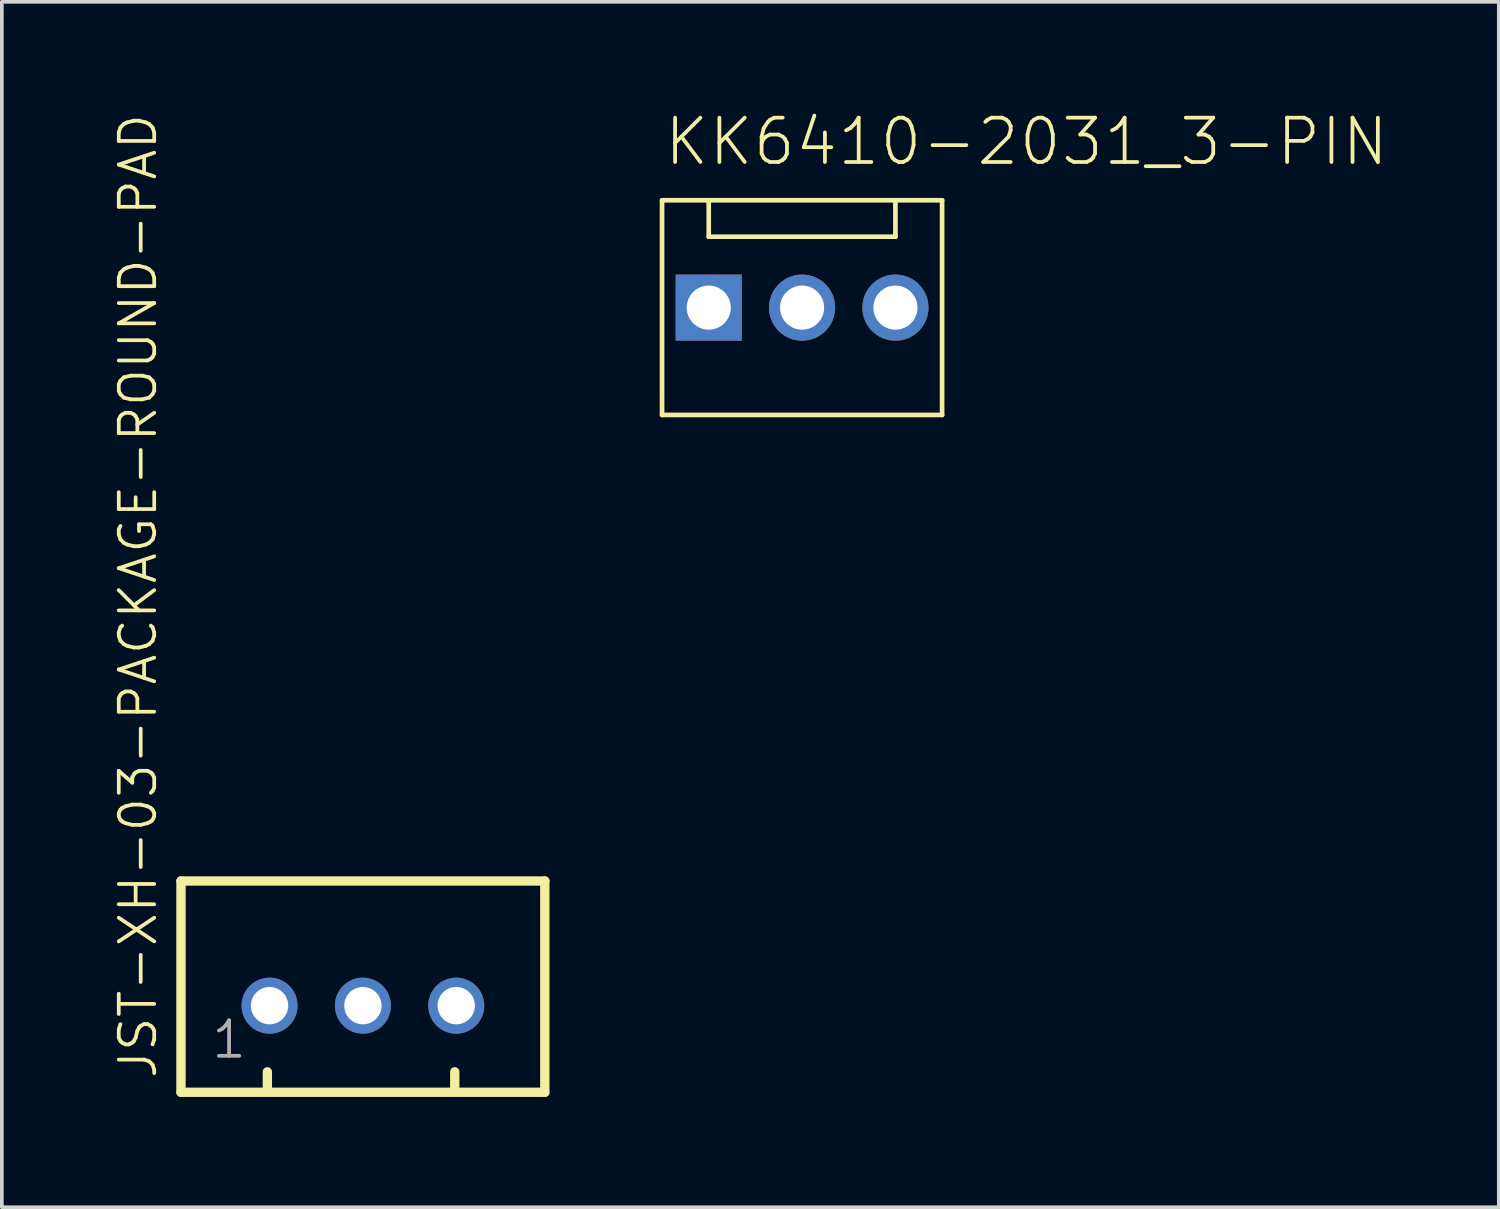
<source format=kicad_pcb>
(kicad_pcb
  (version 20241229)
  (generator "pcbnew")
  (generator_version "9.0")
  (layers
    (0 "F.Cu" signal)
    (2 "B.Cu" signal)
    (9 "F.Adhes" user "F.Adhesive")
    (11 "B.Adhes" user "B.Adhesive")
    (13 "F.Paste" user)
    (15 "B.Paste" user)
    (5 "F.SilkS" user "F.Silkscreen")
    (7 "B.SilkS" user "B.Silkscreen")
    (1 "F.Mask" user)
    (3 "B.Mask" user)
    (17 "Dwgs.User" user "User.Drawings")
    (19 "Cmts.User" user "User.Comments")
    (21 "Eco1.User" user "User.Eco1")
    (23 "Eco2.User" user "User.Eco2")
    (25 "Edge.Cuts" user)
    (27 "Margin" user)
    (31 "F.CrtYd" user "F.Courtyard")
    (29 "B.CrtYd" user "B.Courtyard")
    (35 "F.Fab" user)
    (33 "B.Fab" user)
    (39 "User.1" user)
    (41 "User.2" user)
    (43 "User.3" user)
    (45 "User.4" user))
  (footprint "KK6410-2031_3-PIN"
    (layer "F.Cu")
    (at 18.776 5.321)
    (property "Reference" "KK6410-2031_3-PIN" (at -3.81 -3.81 0) (layer "F.SilkS") (effects (font (size 1.206 1.206) (thickness 0.102)) (justify left bottom)))
    (attr through_hole)
    (fp_line (start -3.81 -2.921) (end -2.54 -2.921) (stroke (width 0.127) (type solid)) (layer "F.SilkS"))
    (fp_line (start -3.81 2.921) (end -3.81 -2.921) (stroke (width 0.127) (type solid)) (layer "F.SilkS"))
    (fp_line (start -2.54 -2.921) (end -2.54 -1.93) (stroke (width 0.127) (type solid)) (layer "F.SilkS"))
    (fp_line (start -2.54 -2.921) (end 2.54 -2.921) (stroke (width 0.127) (type solid)) (layer "F.SilkS"))
    (fp_line (start -2.54 -1.93) (end 2.54 -1.93) (stroke (width 0.127) (type solid)) (layer "F.SilkS"))
    (fp_line (start 2.54 -2.921) (end 3.81 -2.921) (stroke (width 0.127) (type solid)) (layer "F.SilkS"))
    (fp_line (start 2.54 -1.93) (end 2.54 -2.921) (stroke (width 0.127) (type solid)) (layer "F.SilkS"))
    (fp_line (start 3.81 -2.921) (end 3.81 2.921) (stroke (width 0.127) (type solid)) (layer "F.SilkS"))
    (fp_line (start 3.81 2.921) (end -3.81 2.921) (stroke (width 0.127) (type solid)) (layer "F.SilkS"))
    (pad "1" thru_hole rect (at -2.54 0) (size 1.8 1.8) (drill 1.2) (layers "*.Cu" "*.Mask"))
    (pad "2" thru_hole circle (at 0 0) (size 1.8 1.8) (drill 1.2) (layers "*.Cu" "*.Mask"))
    (pad "3" thru_hole circle (at 2.54 0) (size 1.8 1.8) (drill 1.2) (layers "*.Cu" "*.Mask")))
  (footprint "JST-XH-03-PACKAGE-ROUND-PAD"
    (layer "F.Cu")
    (at 6.825 24.316)
    (property "Reference" "JST-XH-03-PACKAGE-ROUND-PAD" (at -5.555 2.04 90) (layer "F.SilkS") (effects (font (size 0.965 0.965) (thickness 0.102)) (justify left bottom)))
    (attr through_hole)
    (fp_line (start -4.95 -3.393) (end -4.95 2.357) (stroke (width 0.254) (type solid)) (layer "F.SilkS"))
    (fp_line (start -4.95 2.357) (end 4.95 2.357) (stroke (width 0.254) (type solid)) (layer "F.SilkS"))
    (fp_line (start -2.6 2.3) (end -2.6 1.8) (stroke (width 0.254) (type solid)) (layer "F.SilkS"))
    (fp_line (start 2.5 2.3) (end 2.5 1.8) (stroke (width 0.254) (type solid)) (layer "F.SilkS"))
    (fp_line (start 4.95 -3.393) (end -4.95 -3.393) (stroke (width 0.254) (type solid)) (layer "F.SilkS"))
    (fp_line (start 4.95 2.357) (end 4.95 -3.393) (stroke (width 0.254) (type solid)) (layer "F.SilkS"))
    (fp_text user "1" (at -4.168 1.488 0) (layer "F.Fab") (effects (font (size 0.965 0.965) (thickness 0.102)) (justify left bottom)))
    (pad "1" thru_hole circle (at -2.54 0 90) (size 1.524 1.524) (drill 1.016) (layers "*.Cu" "*.Mask"))
    (pad "2" thru_hole circle (at 0 0 90) (size 1.524 1.524) (drill 1.016) (layers "*.Cu" "*.Mask"))
    (pad "3" thru_hole circle (at 2.54 0 90) (size 1.524 1.524) (drill 1.016) (layers "*.Cu" "*.Mask")))
  (gr_rect
    (start -3 -3)
    (end 37.735 29.801)
    (stroke (width 0.1) (type default))
    (fill no)
    (layer "Edge.Cuts")))
</source>
